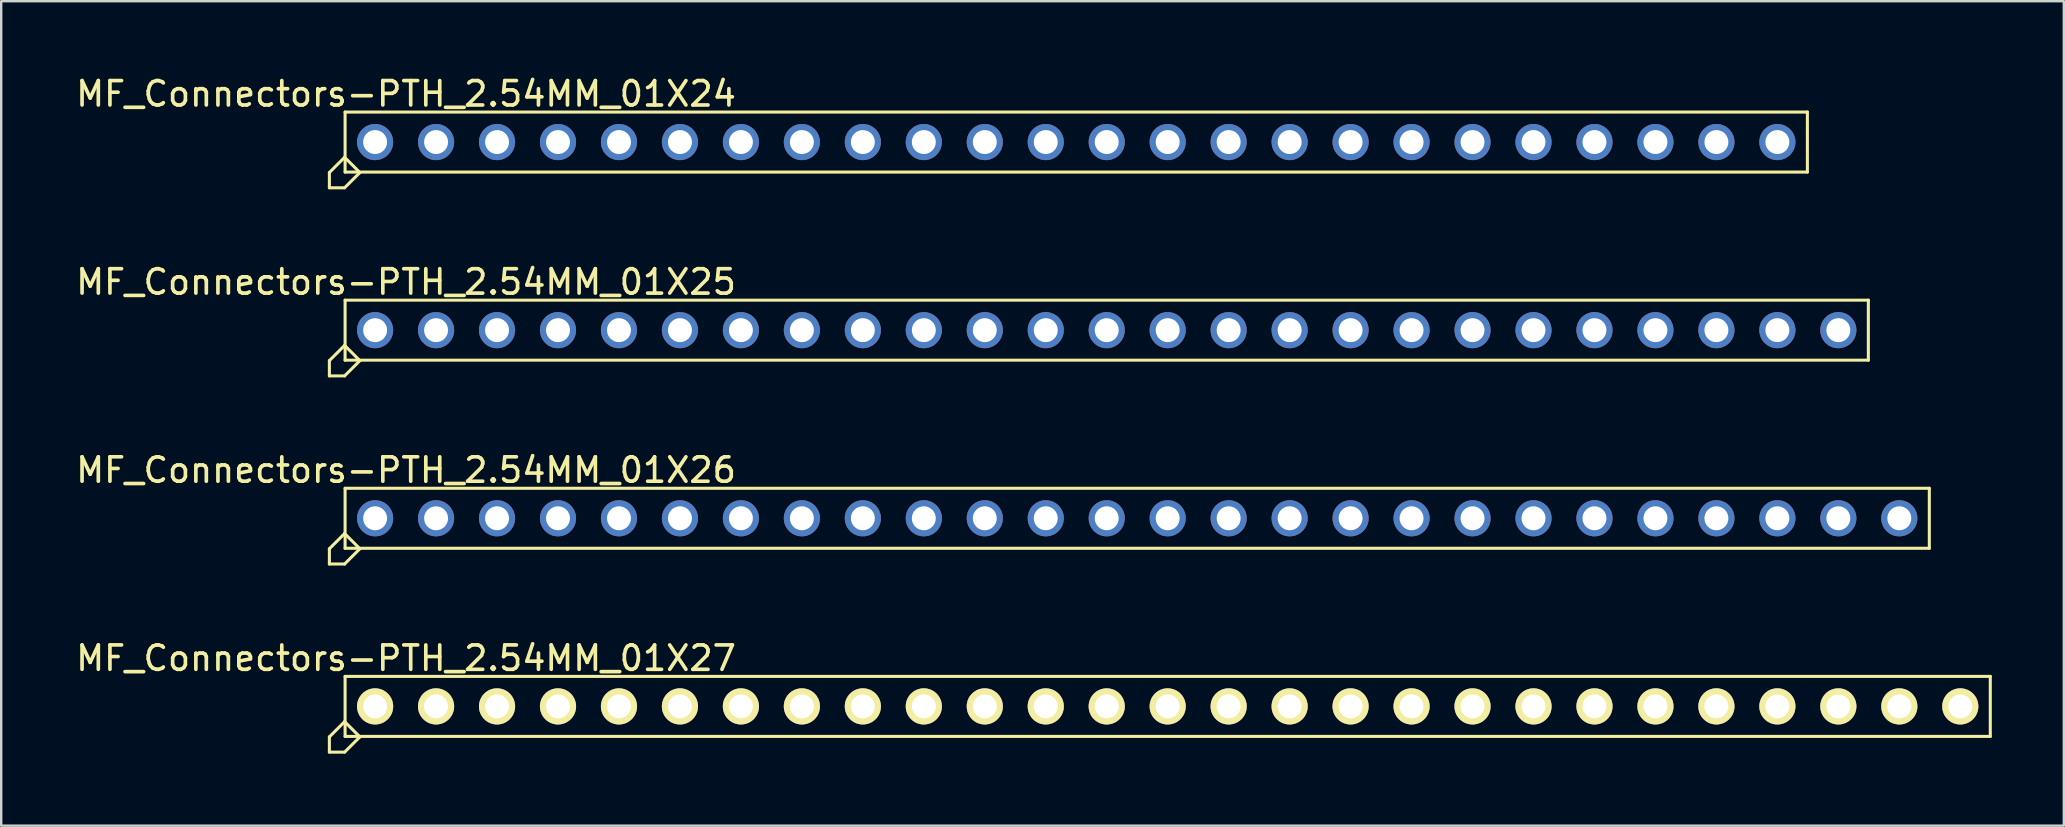
<source format=kicad_pcb>
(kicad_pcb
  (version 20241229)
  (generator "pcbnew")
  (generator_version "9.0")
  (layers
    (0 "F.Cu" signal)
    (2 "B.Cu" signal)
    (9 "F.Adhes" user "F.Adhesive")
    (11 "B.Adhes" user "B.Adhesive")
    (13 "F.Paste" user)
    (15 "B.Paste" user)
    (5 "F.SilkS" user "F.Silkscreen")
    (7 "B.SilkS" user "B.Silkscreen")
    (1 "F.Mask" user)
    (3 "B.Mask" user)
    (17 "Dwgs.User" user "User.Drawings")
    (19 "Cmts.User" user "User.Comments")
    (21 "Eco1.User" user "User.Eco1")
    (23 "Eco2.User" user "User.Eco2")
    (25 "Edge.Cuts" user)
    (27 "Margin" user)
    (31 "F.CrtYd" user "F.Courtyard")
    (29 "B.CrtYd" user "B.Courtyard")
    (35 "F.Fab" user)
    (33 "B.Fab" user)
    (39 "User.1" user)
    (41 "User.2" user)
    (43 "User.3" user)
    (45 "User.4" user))
  (footprint "MF_Connectors-PTH_2.54MM_01X24"
    (layer "F.Cu")
    (at 41.787 2.868)
    (property "Reference" "MF_Connectors-PTH_2.54MM_01X24" (at -27.92 -2.007 0) (layer "F.SilkS") (effects (font (size 1.016 1.016) (thickness 0.152))))
    (attr exclude_from_pos_files exclude_from_bom)
    (fp_line (start -31.115 1.27) (end -31.115 1.905) (stroke (width 0.127) (type solid)) (layer "F.SilkS"))
    (fp_line (start -31.115 1.905) (end -30.48 1.905) (stroke (width 0.127) (type solid)) (layer "F.SilkS"))
    (fp_line (start -30.48 0.635) (end -31.115 1.27) (stroke (width 0.127) (type solid)) (layer "F.SilkS"))
    (fp_line (start -30.48 1.905) (end -29.845 1.27) (stroke (width 0.127) (type solid)) (layer "F.SilkS"))
    (fp_line (start -30.46 -1.25) (end 30.46 -1.25) (stroke (width 0.127) (type solid)) (layer "F.SilkS"))
    (fp_line (start -30.46 1.25) (end -30.46 -1.25) (stroke (width 0.127) (type solid)) (layer "F.SilkS"))
    (fp_line (start -29.845 1.27) (end -30.48 0.635) (stroke (width 0.127) (type solid)) (layer "F.SilkS"))
    (fp_line (start 30.46 -1.25) (end 30.46 1.25) (stroke (width 0.127) (type solid)) (layer "F.SilkS"))
    (fp_line (start 30.46 1.25) (end -30.46 1.25) (stroke (width 0.127) (type solid)) (layer "F.SilkS"))
    (pad "1" thru_hole circle (at -29.21 0) (size 1.506 1.506) (drill 0.998) (layers "*.Cu" "*.Mask"))
    (pad "2" thru_hole circle (at -26.67 0) (size 1.506 1.506) (drill 0.998) (layers "*.Cu" "*.Mask"))
    (pad "3" thru_hole circle (at -24.13 0) (size 1.506 1.506) (drill 0.998) (layers "*.Cu" "*.Mask"))
    (pad "4" thru_hole circle (at -21.59 0) (size 1.506 1.506) (drill 0.998) (layers "*.Cu" "*.Mask"))
    (pad "5" thru_hole circle (at -19.05 0) (size 1.506 1.506) (drill 0.998) (layers "*.Cu" "*.Mask"))
    (pad "6" thru_hole circle (at -16.51 0) (size 1.506 1.506) (drill 0.998) (layers "*.Cu" "*.Mask"))
    (pad "7" thru_hole circle (at -13.97 0) (size 1.506 1.506) (drill 0.998) (layers "*.Cu" "*.Mask"))
    (pad "8" thru_hole circle (at -11.43 0) (size 1.506 1.506) (drill 0.998) (layers "*.Cu" "*.Mask"))
    (pad "9" thru_hole circle (at -8.89 0) (size 1.506 1.506) (drill 0.998) (layers "*.Cu" "*.Mask"))
    (pad "10" thru_hole circle (at -6.35 0) (size 1.506 1.506) (drill 0.998) (layers "*.Cu" "*.Mask"))
    (pad "11" thru_hole circle (at -3.81 0) (size 1.506 1.506) (drill 0.998) (layers "*.Cu" "*.Mask"))
    (pad "12" thru_hole circle (at -1.27 0) (size 1.506 1.506) (drill 0.998) (layers "*.Cu" "*.Mask"))
    (pad "13" thru_hole circle (at 1.27 0) (size 1.506 1.506) (drill 0.998) (layers "*.Cu" "*.Mask"))
    (pad "14" thru_hole circle (at 3.81 0) (size 1.506 1.506) (drill 0.998) (layers "*.Cu" "*.Mask"))
    (pad "15" thru_hole circle (at 6.35 0) (size 1.506 1.506) (drill 0.998) (layers "*.Cu" "*.Mask"))
    (pad "16" thru_hole circle (at 8.89 0) (size 1.506 1.506) (drill 0.998) (layers "*.Cu" "*.Mask"))
    (pad "17" thru_hole circle (at 11.43 0) (size 1.506 1.506) (drill 0.998) (layers "*.Cu" "*.Mask"))
    (pad "18" thru_hole circle (at 13.97 0) (size 1.506 1.506) (drill 0.998) (layers "*.Cu" "*.Mask"))
    (pad "19" thru_hole circle (at 16.51 0) (size 1.506 1.506) (drill 0.998) (layers "*.Cu" "*.Mask"))
    (pad "20" thru_hole circle (at 19.05 0) (size 1.506 1.506) (drill 0.998) (layers "*.Cu" "*.Mask"))
    (pad "21" thru_hole circle (at 21.59 0) (size 1.506 1.506) (drill 0.998) (layers "*.Cu" "*.Mask"))
    (pad "22" thru_hole circle (at 24.13 0) (size 1.506 1.506) (drill 0.998) (layers "*.Cu" "*.Mask"))
    (pad "23" thru_hole circle (at 26.67 0) (size 1.506 1.506) (drill 0.998) (layers "*.Cu" "*.Mask"))
    (pad "24" thru_hole circle (at 29.21 0) (size 1.506 1.506) (drill 0.998) (layers "*.Cu" "*.Mask")))
  (footprint "MF_Connectors-PTH_2.54MM_01X27"
    (layer "F.Cu")
    (at 45.597 26.379)
    (property "Reference" "MF_Connectors-PTH_2.54MM_01X27" (at -31.73 -2.007 0) (layer "F.SilkS") (effects (font (size 1.016 1.016) (thickness 0.152))))
    (attr exclude_from_pos_files exclude_from_bom)
    (fp_line (start -34.925 1.27) (end -34.925 1.905) (stroke (width 0.127) (type solid)) (layer "F.SilkS"))
    (fp_line (start -34.925 1.905) (end -34.29 1.905) (stroke (width 0.127) (type solid)) (layer "F.SilkS"))
    (fp_line (start -34.29 0.635) (end -34.925 1.27) (stroke (width 0.127) (type solid)) (layer "F.SilkS"))
    (fp_line (start -34.29 1.905) (end -33.655 1.27) (stroke (width 0.127) (type solid)) (layer "F.SilkS"))
    (fp_line (start -34.27 -1.25) (end 34.27 -1.25) (stroke (width 0.127) (type solid)) (layer "F.SilkS"))
    (fp_line (start -34.27 1.25) (end -34.27 -1.25) (stroke (width 0.127) (type solid)) (layer "F.SilkS"))
    (fp_line (start -33.655 1.27) (end -34.29 0.635) (stroke (width 0.127) (type solid)) (layer "F.SilkS"))
    (fp_line (start 34.27 -1.25) (end 34.27 1.25) (stroke (width 0.127) (type solid)) (layer "F.SilkS"))
    (fp_line (start 34.27 1.25) (end -34.27 1.25) (stroke (width 0.127) (type solid)) (layer "F.SilkS"))
    (pad "P$1" thru_hole circle (at -33.02 0) (size 1.506 1.506) (drill 0.998) (layers "*.Cu" "F.Mask" "F.SilkS" "F.Paste"))
    (pad "P$2" thru_hole circle (at -30.48 0) (size 1.506 1.506) (drill 0.998) (layers "*.Cu" "F.Mask" "F.SilkS" "F.Paste"))
    (pad "P$3" thru_hole circle (at -27.94 0) (size 1.506 1.506) (drill 0.998) (layers "*.Cu" "F.Mask" "F.SilkS" "F.Paste"))
    (pad "P$4" thru_hole circle (at -25.4 0) (size 1.506 1.506) (drill 0.998) (layers "*.Cu" "F.Mask" "F.SilkS" "F.Paste"))
    (pad "P$5" thru_hole circle (at -22.86 0) (size 1.506 1.506) (drill 0.998) (layers "*.Cu" "F.Mask" "F.SilkS" "F.Paste"))
    (pad "P$6" thru_hole circle (at -20.32 0) (size 1.506 1.506) (drill 0.998) (layers "*.Cu" "F.Mask" "F.SilkS" "F.Paste"))
    (pad "P$7" thru_hole circle (at -17.78 0) (size 1.506 1.506) (drill 0.998) (layers "*.Cu" "F.Mask" "F.SilkS" "F.Paste"))
    (pad "P$8" thru_hole circle (at -15.24 0) (size 1.506 1.506) (drill 0.998) (layers "*.Cu" "F.Mask" "F.SilkS" "F.Paste"))
    (pad "P$9" thru_hole circle (at -12.7 0) (size 1.506 1.506) (drill 0.998) (layers "*.Cu" "F.Mask" "F.SilkS" "F.Paste"))
    (pad "P$10" thru_hole circle (at -10.16 0) (size 1.506 1.506) (drill 0.998) (layers "*.Cu" "F.Mask" "F.SilkS" "F.Paste"))
    (pad "P$11" thru_hole circle (at -7.62 0) (size 1.506 1.506) (drill 0.998) (layers "*.Cu" "F.Mask" "F.SilkS" "F.Paste"))
    (pad "P$12" thru_hole circle (at -5.08 0) (size 1.506 1.506) (drill 0.998) (layers "*.Cu" "F.Mask" "F.SilkS" "F.Paste"))
    (pad "P$13" thru_hole circle (at -2.54 0) (size 1.506 1.506) (drill 0.998) (layers "*.Cu" "F.Mask" "F.SilkS" "F.Paste"))
    (pad "P$14" thru_hole circle (at 0 0) (size 1.506 1.506) (drill 0.998) (layers "*.Cu" "F.Mask" "F.SilkS" "F.Paste"))
    (pad "P$15" thru_hole circle (at 2.54 0) (size 1.506 1.506) (drill 0.998) (layers "*.Cu" "F.Mask" "F.SilkS" "F.Paste"))
    (pad "P$16" thru_hole circle (at 5.08 0) (size 1.506 1.506) (drill 0.998) (layers "*.Cu" "F.Mask" "F.SilkS" "F.Paste"))
    (pad "P$17" thru_hole circle (at 7.62 0) (size 1.506 1.506) (drill 0.998) (layers "*.Cu" "F.Mask" "F.SilkS" "F.Paste"))
    (pad "P$18" thru_hole circle (at 10.16 0) (size 1.506 1.506) (drill 0.998) (layers "*.Cu" "F.Mask" "F.SilkS" "F.Paste"))
    (pad "P$19" thru_hole circle (at 12.7 0) (size 1.506 1.506) (drill 0.998) (layers "*.Cu" "F.Mask" "F.SilkS" "F.Paste"))
    (pad "P$20" thru_hole circle (at 15.24 0) (size 1.506 1.506) (drill 0.998) (layers "*.Cu" "F.Mask" "F.SilkS" "F.Paste"))
    (pad "P$21" thru_hole circle (at 17.78 0) (size 1.506 1.506) (drill 0.998) (layers "*.Cu" "F.Mask" "F.SilkS" "F.Paste"))
    (pad "P$22" thru_hole circle (at 20.32 0) (size 1.506 1.506) (drill 0.998) (layers "*.Cu" "F.Mask" "F.SilkS" "F.Paste"))
    (pad "P$23" thru_hole circle (at 22.86 0) (size 1.506 1.506) (drill 0.998) (layers "*.Cu" "F.Mask" "F.SilkS" "F.Paste"))
    (pad "P$24" thru_hole circle (at 25.4 0) (size 1.506 1.506) (drill 0.998) (layers "*.Cu" "F.Mask" "F.SilkS" "F.Paste"))
    (pad "P$25" thru_hole circle (at 27.94 0) (size 1.506 1.506) (drill 0.998) (layers "*.Cu" "F.Mask" "F.SilkS" "F.Paste"))
    (pad "P$26" thru_hole circle (at 30.48 0) (size 1.506 1.506) (drill 0.998) (layers "*.Cu" "F.Mask" "F.SilkS" "F.Paste"))
    (pad "P$27" thru_hole circle (at 33.02 0) (size 1.506 1.506) (drill 0.998) (layers "*.Cu" "F.Mask" "F.SilkS" "F.Paste")))
  (footprint "MF_Connectors-PTH_2.54MM_01X25"
    (layer "F.Cu")
    (at 43.057 10.705)
    (property "Reference" "MF_Connectors-PTH_2.54MM_01X25" (at -29.19 -2.007 0) (layer "F.SilkS") (effects (font (size 1.016 1.016) (thickness 0.152))))
    (attr exclude_from_pos_files exclude_from_bom)
    (fp_line (start -32.385 1.27) (end -32.385 1.905) (stroke (width 0.127) (type solid)) (layer "F.SilkS"))
    (fp_line (start -32.385 1.905) (end -31.75 1.905) (stroke (width 0.127) (type solid)) (layer "F.SilkS"))
    (fp_line (start -31.75 0.635) (end -32.385 1.27) (stroke (width 0.127) (type solid)) (layer "F.SilkS"))
    (fp_line (start -31.75 1.905) (end -31.115 1.27) (stroke (width 0.127) (type solid)) (layer "F.SilkS"))
    (fp_line (start -31.73 -1.25) (end 31.73 -1.25) (stroke (width 0.127) (type solid)) (layer "F.SilkS"))
    (fp_line (start -31.73 1.25) (end -31.73 -1.25) (stroke (width 0.127) (type solid)) (layer "F.SilkS"))
    (fp_line (start -31.115 1.27) (end -31.75 0.635) (stroke (width 0.127) (type solid)) (layer "F.SilkS"))
    (fp_line (start 31.73 -1.25) (end 31.73 1.25) (stroke (width 0.127) (type solid)) (layer "F.SilkS"))
    (fp_line (start 31.73 1.25) (end -31.73 1.25) (stroke (width 0.127) (type solid)) (layer "F.SilkS"))
    (pad "1" thru_hole circle (at -30.48 0) (size 1.506 1.506) (drill 0.998) (layers "*.Cu" "*.Mask"))
    (pad "2" thru_hole circle (at -27.94 0) (size 1.506 1.506) (drill 0.998) (layers "*.Cu" "*.Mask"))
    (pad "3" thru_hole circle (at -25.4 0) (size 1.506 1.506) (drill 0.998) (layers "*.Cu" "*.Mask"))
    (pad "4" thru_hole circle (at -22.86 0) (size 1.506 1.506) (drill 0.998) (layers "*.Cu" "*.Mask"))
    (pad "5" thru_hole circle (at -20.32 0) (size 1.506 1.506) (drill 0.998) (layers "*.Cu" "*.Mask"))
    (pad "6" thru_hole circle (at -17.78 0) (size 1.506 1.506) (drill 0.998) (layers "*.Cu" "*.Mask"))
    (pad "7" thru_hole circle (at -15.24 0) (size 1.506 1.506) (drill 0.998) (layers "*.Cu" "*.Mask"))
    (pad "8" thru_hole circle (at -12.7 0) (size 1.506 1.506) (drill 0.998) (layers "*.Cu" "*.Mask"))
    (pad "9" thru_hole circle (at -10.16 0) (size 1.506 1.506) (drill 0.998) (layers "*.Cu" "*.Mask"))
    (pad "10" thru_hole circle (at -7.62 0) (size 1.506 1.506) (drill 0.998) (layers "*.Cu" "*.Mask"))
    (pad "11" thru_hole circle (at -5.08 0) (size 1.506 1.506) (drill 0.998) (layers "*.Cu" "*.Mask"))
    (pad "12" thru_hole circle (at -2.54 0) (size 1.506 1.506) (drill 0.998) (layers "*.Cu" "*.Mask"))
    (pad "13" thru_hole circle (at 0 0) (size 1.506 1.506) (drill 0.998) (layers "*.Cu" "*.Mask"))
    (pad "14" thru_hole circle (at 2.54 0) (size 1.506 1.506) (drill 0.998) (layers "*.Cu" "*.Mask"))
    (pad "15" thru_hole circle (at 5.08 0) (size 1.506 1.506) (drill 0.998) (layers "*.Cu" "*.Mask"))
    (pad "16" thru_hole circle (at 7.62 0) (size 1.506 1.506) (drill 0.998) (layers "*.Cu" "*.Mask"))
    (pad "17" thru_hole circle (at 10.16 0) (size 1.506 1.506) (drill 0.998) (layers "*.Cu" "*.Mask"))
    (pad "18" thru_hole circle (at 12.7 0) (size 1.506 1.506) (drill 0.998) (layers "*.Cu" "*.Mask"))
    (pad "19" thru_hole circle (at 15.24 0) (size 1.506 1.506) (drill 0.998) (layers "*.Cu" "*.Mask"))
    (pad "20" thru_hole circle (at 17.78 0) (size 1.506 1.506) (drill 0.998) (layers "*.Cu" "*.Mask"))
    (pad "21" thru_hole circle (at 20.32 0) (size 1.506 1.506) (drill 0.998) (layers "*.Cu" "*.Mask"))
    (pad "22" thru_hole circle (at 22.86 0) (size 1.506 1.506) (drill 0.998) (layers "*.Cu" "*.Mask"))
    (pad "23" thru_hole circle (at 25.4 0) (size 1.506 1.506) (drill 0.998) (layers "*.Cu" "*.Mask"))
    (pad "24" thru_hole circle (at 27.94 0) (size 1.506 1.506) (drill 0.998) (layers "*.Cu" "*.Mask"))
    (pad "25" thru_hole circle (at 30.48 0) (size 1.506 1.506) (drill 0.998) (layers "*.Cu" "*.Mask")))
  (footprint "MF_Connectors-PTH_2.54MM_01X26"
    (layer "F.Cu")
    (at 44.327 18.542)
    (property "Reference" "MF_Connectors-PTH_2.54MM_01X26" (at -30.46 -2.007 0) (layer "F.SilkS") (effects (font (size 1.016 1.016) (thickness 0.152))))
    (attr exclude_from_pos_files exclude_from_bom)
    (fp_line (start -33.655 1.27) (end -33.655 1.905) (stroke (width 0.127) (type solid)) (layer "F.SilkS"))
    (fp_line (start -33.655 1.905) (end -33.02 1.905) (stroke (width 0.127) (type solid)) (layer "F.SilkS"))
    (fp_line (start -33.02 0.635) (end -33.655 1.27) (stroke (width 0.127) (type solid)) (layer "F.SilkS"))
    (fp_line (start -33.02 1.905) (end -32.385 1.27) (stroke (width 0.127) (type solid)) (layer "F.SilkS"))
    (fp_line (start -33 -1.25) (end 33 -1.25) (stroke (width 0.127) (type solid)) (layer "F.SilkS"))
    (fp_line (start -33 1.25) (end -33 -1.25) (stroke (width 0.127) (type solid)) (layer "F.SilkS"))
    (fp_line (start -32.385 1.27) (end -33.02 0.635) (stroke (width 0.127) (type solid)) (layer "F.SilkS"))
    (fp_line (start 33 -1.25) (end 33 1.25) (stroke (width 0.127) (type solid)) (layer "F.SilkS"))
    (fp_line (start 33 1.25) (end -33 1.25) (stroke (width 0.127) (type solid)) (layer "F.SilkS"))
    (pad "1" thru_hole circle (at -31.75 0) (size 1.506 1.506) (drill 0.998) (layers "*.Cu" "*.Mask"))
    (pad "2" thru_hole circle (at -29.21 0) (size 1.506 1.506) (drill 0.998) (layers "*.Cu" "*.Mask"))
    (pad "3" thru_hole circle (at -26.67 0) (size 1.506 1.506) (drill 0.998) (layers "*.Cu" "*.Mask"))
    (pad "4" thru_hole circle (at -24.13 0) (size 1.506 1.506) (drill 0.998) (layers "*.Cu" "*.Mask"))
    (pad "5" thru_hole circle (at -21.59 0) (size 1.506 1.506) (drill 0.998) (layers "*.Cu" "*.Mask"))
    (pad "6" thru_hole circle (at -19.05 0) (size 1.506 1.506) (drill 0.998) (layers "*.Cu" "*.Mask"))
    (pad "7" thru_hole circle (at -16.51 0) (size 1.506 1.506) (drill 0.998) (layers "*.Cu" "*.Mask"))
    (pad "8" thru_hole circle (at -13.97 0) (size 1.506 1.506) (drill 0.998) (layers "*.Cu" "*.Mask"))
    (pad "9" thru_hole circle (at -11.43 0) (size 1.506 1.506) (drill 0.998) (layers "*.Cu" "*.Mask"))
    (pad "10" thru_hole circle (at -8.89 0) (size 1.506 1.506) (drill 0.998) (layers "*.Cu" "*.Mask"))
    (pad "11" thru_hole circle (at -6.35 0) (size 1.506 1.506) (drill 0.998) (layers "*.Cu" "*.Mask"))
    (pad "12" thru_hole circle (at -3.81 0) (size 1.506 1.506) (drill 0.998) (layers "*.Cu" "*.Mask"))
    (pad "13" thru_hole circle (at -1.27 0) (size 1.506 1.506) (drill 0.998) (layers "*.Cu" "*.Mask"))
    (pad "14" thru_hole circle (at 1.27 0) (size 1.506 1.506) (drill 0.998) (layers "*.Cu" "*.Mask"))
    (pad "15" thru_hole circle (at 3.81 0) (size 1.506 1.506) (drill 0.998) (layers "*.Cu" "*.Mask"))
    (pad "16" thru_hole circle (at 6.35 0) (size 1.506 1.506) (drill 0.998) (layers "*.Cu" "*.Mask"))
    (pad "17" thru_hole circle (at 8.89 0) (size 1.506 1.506) (drill 0.998) (layers "*.Cu" "*.Mask"))
    (pad "18" thru_hole circle (at 11.43 0) (size 1.506 1.506) (drill 0.998) (layers "*.Cu" "*.Mask"))
    (pad "19" thru_hole circle (at 13.97 0) (size 1.506 1.506) (drill 0.998) (layers "*.Cu" "*.Mask"))
    (pad "20" thru_hole circle (at 16.51 0) (size 1.506 1.506) (drill 0.998) (layers "*.Cu" "*.Mask"))
    (pad "21" thru_hole circle (at 19.05 0) (size 1.506 1.506) (drill 0.998) (layers "*.Cu" "*.Mask"))
    (pad "22" thru_hole circle (at 21.59 0) (size 1.506 1.506) (drill 0.998) (layers "*.Cu" "*.Mask"))
    (pad "23" thru_hole circle (at 24.13 0) (size 1.506 1.506) (drill 0.998) (layers "*.Cu" "*.Mask"))
    (pad "24" thru_hole circle (at 26.67 0) (size 1.506 1.506) (drill 0.998) (layers "*.Cu" "*.Mask"))
    (pad "25" thru_hole circle (at 29.21 0) (size 1.506 1.506) (drill 0.998) (layers "*.Cu" "*.Mask"))
    (pad "26" thru_hole circle (at 31.75 0) (size 1.506 1.506) (drill 0.998) (layers "*.Cu" "*.Mask")))
  (gr_rect
    (start -3 -3)
    (end 82.93 31.348)
    (stroke (width 0.1) (type default))
    (fill no)
    (layer "Edge.Cuts")))
</source>
